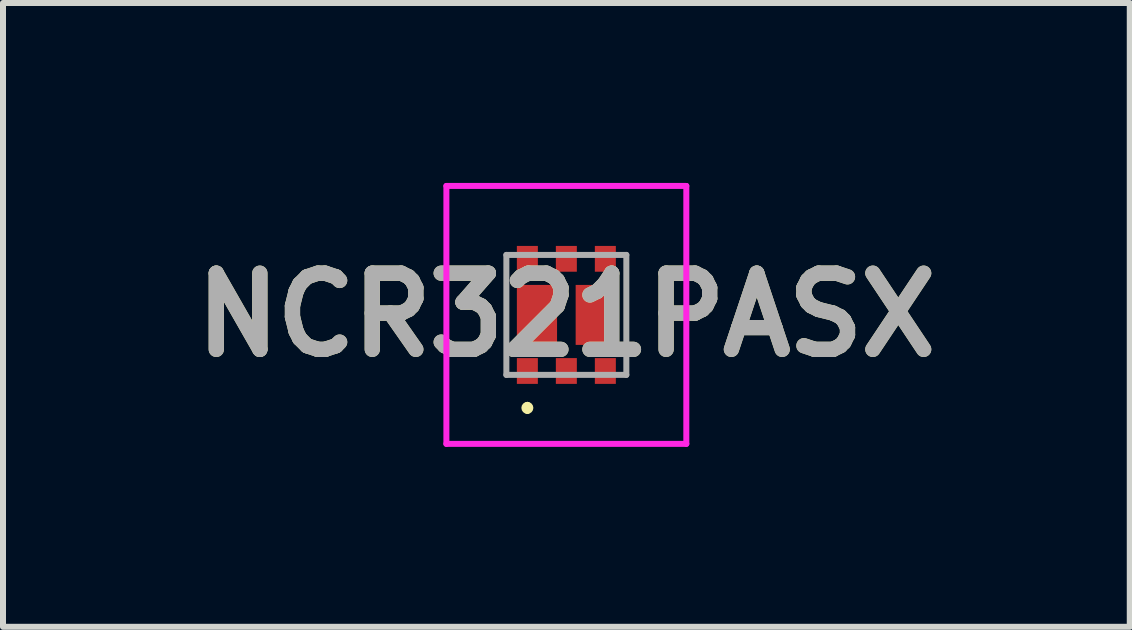
<source format=kicad_pcb>
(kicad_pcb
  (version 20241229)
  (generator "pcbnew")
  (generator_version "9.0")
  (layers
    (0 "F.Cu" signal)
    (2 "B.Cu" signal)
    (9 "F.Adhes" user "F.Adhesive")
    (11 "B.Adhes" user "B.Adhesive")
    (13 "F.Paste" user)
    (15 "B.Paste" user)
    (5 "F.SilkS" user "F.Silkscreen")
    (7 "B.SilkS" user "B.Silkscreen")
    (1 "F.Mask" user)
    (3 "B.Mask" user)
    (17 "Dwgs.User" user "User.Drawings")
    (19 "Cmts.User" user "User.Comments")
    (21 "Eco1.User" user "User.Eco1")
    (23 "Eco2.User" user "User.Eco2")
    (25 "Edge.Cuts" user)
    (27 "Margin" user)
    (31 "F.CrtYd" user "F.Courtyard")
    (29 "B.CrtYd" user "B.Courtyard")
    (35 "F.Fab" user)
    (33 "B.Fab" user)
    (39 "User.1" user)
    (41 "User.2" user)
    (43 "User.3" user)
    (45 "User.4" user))
  (footprint "NCR321PASX"
    (layer "F.Cu")
    (at 6.392 2.2)
    (property "Reference" "NCR321PASX" (at 0 0 0) (layer "F.SilkS") (effects (font (size 1.27 1.27) (thickness 0.254))))
    (attr smd)
    (fp_line (start -0.65 1.5) (end -0.65 1.5) (stroke (width 0.1) (type solid)) (layer "F.SilkS"))
    (fp_line (start -0.65 1.6) (end -0.65 1.6) (stroke (width 0.1) (type solid)) (layer "F.SilkS"))
    (fp_arc (start -0.65 1.5) (mid -0.6 1.55) (end -0.65 1.6) (stroke (width 0.1) (type solid)) (layer "F.SilkS"))
    (fp_arc (start -0.65 1.6) (mid -0.7 1.55) (end -0.65 1.5) (stroke (width 0.1) (type solid)) (layer "F.SilkS"))
    (fp_line (start -2 -2.15) (end 2 -2.15) (stroke (width 0.1) (type solid)) (layer "F.CrtYd"))
    (fp_line (start -2 2.15) (end -2 -2.15) (stroke (width 0.1) (type solid)) (layer "F.CrtYd"))
    (fp_line (start 2 -2.15) (end 2 2.15) (stroke (width 0.1) (type solid)) (layer "F.CrtYd"))
    (fp_line (start 2 2.15) (end -2 2.15) (stroke (width 0.1) (type solid)) (layer "F.CrtYd"))
    (fp_line (start -1 -1) (end -1 1) (stroke (width 0.1) (type solid)) (layer "F.Fab"))
    (fp_line (start -1 1) (end 1 1) (stroke (width 0.1) (type solid)) (layer "F.Fab"))
    (fp_line (start 1 -1) (end -1 -1) (stroke (width 0.1) (type solid)) (layer "F.Fab"))
    (fp_line (start 1 1) (end 1 -1) (stroke (width 0.1) (type solid)) (layer "F.Fab"))
    (fp_text user "${REFERENCE}" (at 0 0 0) (layer "F.Fab") (effects (font (size 1.27 1.27) (thickness 0.254))))
    (pad "1" smd rect (at -0.65 0.935) (size 0.35 0.43) (layers "F.Cu" "F.Mask" "F.Paste"))
    (pad "2" smd rect (at 0 0.935) (size 0.35 0.43) (layers "F.Cu" "F.Mask" "F.Paste"))
    (pad "3" smd rect (at 0.65 0.935) (size 0.35 0.43) (layers "F.Cu" "F.Mask" "F.Paste"))
    (pad "4" smd rect (at 0.65 -0.935) (size 0.35 0.43) (layers "F.Cu" "F.Mask" "F.Paste"))
    (pad "5" smd rect (at 0 -0.935) (size 0.35 0.43) (layers "F.Cu" "F.Mask" "F.Paste"))
    (pad "6" smd rect (at -0.65 -0.935) (size 0.35 0.43) (layers "F.Cu" "F.Mask" "F.Paste"))
    (pad "7" smd rect (at -0.49 0) (size 0.67 1) (layers "F.Cu" "F.Mask" "F.Paste"))
    (pad "8" smd rect (at 0.49 0) (size 0.67 1) (layers "F.Cu" "F.Mask" "F.Paste")))
  (gr_rect
    (start -3 -3)
    (end 15.785 7.4)
    (stroke (width 0.1) (type default))
    (fill no)
    (layer "Edge.Cuts")))
</source>
